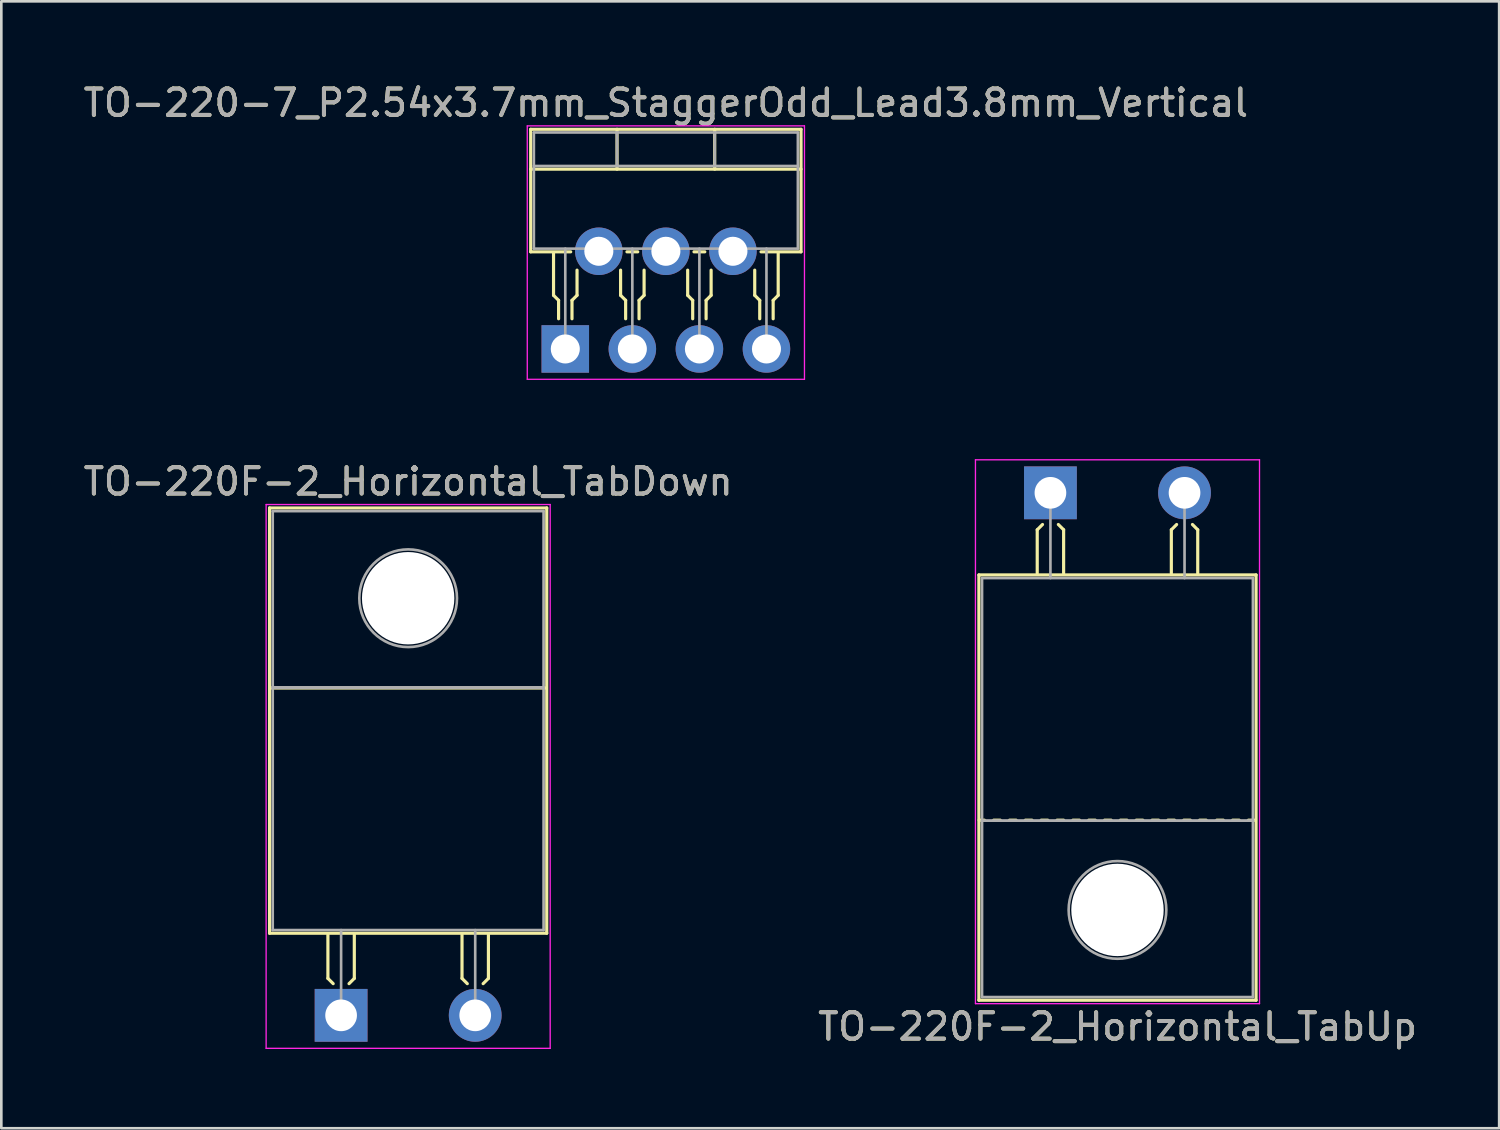
<source format=kicad_pcb>
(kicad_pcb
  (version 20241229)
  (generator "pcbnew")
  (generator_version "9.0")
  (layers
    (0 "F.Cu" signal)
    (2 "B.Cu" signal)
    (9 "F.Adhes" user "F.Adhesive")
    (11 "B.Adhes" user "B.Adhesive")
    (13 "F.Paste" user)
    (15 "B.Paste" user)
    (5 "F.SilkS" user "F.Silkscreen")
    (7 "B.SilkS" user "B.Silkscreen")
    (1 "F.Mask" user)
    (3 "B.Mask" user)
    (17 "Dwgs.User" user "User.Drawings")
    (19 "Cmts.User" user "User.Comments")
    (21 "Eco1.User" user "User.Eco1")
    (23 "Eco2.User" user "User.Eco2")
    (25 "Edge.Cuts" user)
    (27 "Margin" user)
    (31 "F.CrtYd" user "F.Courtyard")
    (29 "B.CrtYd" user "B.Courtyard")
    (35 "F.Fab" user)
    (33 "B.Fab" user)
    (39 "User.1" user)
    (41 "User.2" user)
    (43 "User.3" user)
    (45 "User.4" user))
  (footprint "TO-220-7_P2.54x3.7mm_StaggerOdd_Lead3.8mm_Vertical"
    (layer "F.Cu")
    (at 18.363 10.168)
    (property "Reference" "TO-220-7_P2.54x3.7mm_StaggerOdd_Lead3.8mm_Vertical" (at 3.81 -9.32 0) (layer "F.SilkS") (effects (font (size 1 1) (thickness 0.15))))
    (attr through_hole)
    (fp_line (start -1.31 -8.32) (end -1.31 -3.679) (stroke (width 0.12) (type solid)) (layer "F.SilkS"))
    (fp_line (start -1.31 -8.32) (end 8.93 -8.32) (stroke (width 0.12) (type solid)) (layer "F.SilkS"))
    (fp_line (start -1.31 -6.811) (end 8.93 -6.811) (stroke (width 0.12) (type solid)) (layer "F.SilkS"))
    (fp_line (start -1.31 -3.679) (end 0.205 -3.679) (stroke (width 0.12) (type solid)) (layer "F.SilkS"))
    (fp_line (start -0.445 -3.619) (end -0.445 -2.032) (stroke (width 0.12) (type solid)) (layer "F.SilkS"))
    (fp_line (start -0.445 -2.032) (end -0.254 -1.841) (stroke (width 0.12) (type solid)) (layer "F.SilkS"))
    (fp_line (start -0.254 -1.841) (end -0.254 -1.143) (stroke (width 0.12) (type solid)) (layer "F.SilkS"))
    (fp_line (start 0.254 -1.841) (end 0.445 -2.032) (stroke (width 0.12) (type solid)) (layer "F.SilkS"))
    (fp_line (start 0.254 -1.143) (end 0.254 -1.841) (stroke (width 0.12) (type solid)) (layer "F.SilkS"))
    (fp_line (start 0.445 -2.032) (end 0.445 -2.985) (stroke (width 0.12) (type solid)) (layer "F.SilkS"))
    (fp_line (start 1.96 -8.32) (end 1.96 -6.811) (stroke (width 0.12) (type solid)) (layer "F.SilkS"))
    (fp_line (start 2.095 -2.985) (end 2.095 -2.032) (stroke (width 0.12) (type solid)) (layer "F.SilkS"))
    (fp_line (start 2.095 -2.032) (end 2.286 -1.841) (stroke (width 0.12) (type solid)) (layer "F.SilkS"))
    (fp_line (start 2.286 -1.841) (end 2.286 -1.143) (stroke (width 0.12) (type solid)) (layer "F.SilkS"))
    (fp_line (start 2.336 -3.679) (end 2.745 -3.679) (stroke (width 0.12) (type solid)) (layer "F.SilkS"))
    (fp_line (start 2.794 -1.841) (end 2.985 -2.032) (stroke (width 0.12) (type solid)) (layer "F.SilkS"))
    (fp_line (start 2.794 -1.143) (end 2.794 -1.841) (stroke (width 0.12) (type solid)) (layer "F.SilkS"))
    (fp_line (start 2.985 -2.032) (end 2.985 -2.985) (stroke (width 0.12) (type solid)) (layer "F.SilkS"))
    (fp_line (start 4.636 -2.985) (end 4.636 -2.032) (stroke (width 0.12) (type solid)) (layer "F.SilkS"))
    (fp_line (start 4.636 -2.032) (end 4.826 -1.841) (stroke (width 0.12) (type solid)) (layer "F.SilkS"))
    (fp_line (start 4.826 -1.841) (end 4.826 -1.143) (stroke (width 0.12) (type solid)) (layer "F.SilkS"))
    (fp_line (start 4.875 -3.679) (end 5.285 -3.679) (stroke (width 0.12) (type solid)) (layer "F.SilkS"))
    (fp_line (start 5.334 -1.841) (end 5.524 -2.032) (stroke (width 0.12) (type solid)) (layer "F.SilkS"))
    (fp_line (start 5.334 -1.143) (end 5.334 -1.841) (stroke (width 0.12) (type solid)) (layer "F.SilkS"))
    (fp_line (start 5.524 -2.032) (end 5.524 -2.985) (stroke (width 0.12) (type solid)) (layer "F.SilkS"))
    (fp_line (start 5.66 -8.32) (end 5.66 -6.811) (stroke (width 0.12) (type solid)) (layer "F.SilkS"))
    (fp_line (start 7.176 -2.985) (end 7.176 -2.032) (stroke (width 0.12) (type solid)) (layer "F.SilkS"))
    (fp_line (start 7.176 -2.032) (end 7.366 -1.841) (stroke (width 0.12) (type solid)) (layer "F.SilkS"))
    (fp_line (start 7.366 -1.841) (end 7.366 -1.143) (stroke (width 0.12) (type solid)) (layer "F.SilkS"))
    (fp_line (start 7.415 -3.679) (end 8.93 -3.679) (stroke (width 0.12) (type solid)) (layer "F.SilkS"))
    (fp_line (start 7.874 -1.841) (end 8.065 -2.032) (stroke (width 0.12) (type solid)) (layer "F.SilkS"))
    (fp_line (start 7.874 -1.143) (end 7.874 -1.841) (stroke (width 0.12) (type solid)) (layer "F.SilkS"))
    (fp_line (start 8.065 -2.032) (end 8.065 -3.619) (stroke (width 0.12) (type solid)) (layer "F.SilkS"))
    (fp_line (start 8.93 -8.32) (end 8.93 -3.679) (stroke (width 0.12) (type solid)) (layer "F.SilkS"))
    (fp_line (start -1.44 -8.45) (end -1.44 1.15) (stroke (width 0.05) (type solid)) (layer "F.CrtYd"))
    (fp_line (start -1.44 1.15) (end 9.06 1.15) (stroke (width 0.05) (type solid)) (layer "F.CrtYd"))
    (fp_line (start 9.06 -8.45) (end -1.44 -8.45) (stroke (width 0.05) (type solid)) (layer "F.CrtYd"))
    (fp_line (start 9.06 1.15) (end 9.06 -8.45) (stroke (width 0.05) (type solid)) (layer "F.CrtYd"))
    (fp_line (start -1.19 -8.2) (end -1.19 -3.8) (stroke (width 0.1) (type solid)) (layer "F.Fab"))
    (fp_line (start -1.19 -6.93) (end 8.81 -6.93) (stroke (width 0.1) (type solid)) (layer "F.Fab"))
    (fp_line (start -1.19 -3.8) (end 8.81 -3.8) (stroke (width 0.1) (type solid)) (layer "F.Fab"))
    (fp_line (start 0 -3.8) (end 0 0) (stroke (width 0.1) (type solid)) (layer "F.Fab"))
    (fp_line (start 1.27 -3.8) (end 1.27 -3.7) (stroke (width 0.1) (type solid)) (layer "F.Fab"))
    (fp_line (start 1.96 -8.2) (end 1.96 -6.93) (stroke (width 0.1) (type solid)) (layer "F.Fab"))
    (fp_line (start 2.54 -3.8) (end 2.54 0) (stroke (width 0.1) (type solid)) (layer "F.Fab"))
    (fp_line (start 3.81 -3.8) (end 3.81 -3.7) (stroke (width 0.1) (type solid)) (layer "F.Fab"))
    (fp_line (start 5.08 -3.8) (end 5.08 0) (stroke (width 0.1) (type solid)) (layer "F.Fab"))
    (fp_line (start 5.66 -8.2) (end 5.66 -6.93) (stroke (width 0.1) (type solid)) (layer "F.Fab"))
    (fp_line (start 6.35 -3.8) (end 6.35 -3.7) (stroke (width 0.1) (type solid)) (layer "F.Fab"))
    (fp_line (start 7.62 -3.8) (end 7.62 0) (stroke (width 0.1) (type solid)) (layer "F.Fab"))
    (fp_line (start 8.81 -8.2) (end -1.19 -8.2) (stroke (width 0.1) (type solid)) (layer "F.Fab"))
    (fp_line (start 8.81 -3.8) (end 8.81 -8.2) (stroke (width 0.1) (type solid)) (layer "F.Fab"))
    (fp_text user "${REFERENCE}" (at 3.81 -9.32 0) (layer "F.Fab") (effects (font (size 1 1) (thickness 0.15))))
    (pad "1" thru_hole rect (at 0 0) (size 1.8 1.8) (drill 1.1) (layers "*.Cu" "*.Mask"))
    (pad "2" thru_hole oval (at 1.27 -3.7) (size 1.8 1.8) (drill 1.1) (layers "*.Cu" "*.Mask"))
    (pad "3" thru_hole oval (at 2.54 0) (size 1.8 1.8) (drill 1.1) (layers "*.Cu" "*.Mask"))
    (pad "4" thru_hole oval (at 3.81 -3.7) (size 1.8 1.8) (drill 1.1) (layers "*.Cu" "*.Mask"))
    (pad "5" thru_hole oval (at 5.08 0) (size 1.8 1.8) (drill 1.1) (layers "*.Cu" "*.Mask"))
    (pad "6" thru_hole oval (at 6.35 -3.7) (size 1.8 1.8) (drill 1.1) (layers "*.Cu" "*.Mask"))
    (pad "7" thru_hole oval (at 7.62 0) (size 1.8 1.8) (drill 1.1) (layers "*.Cu" "*.Mask")))
  (footprint "TO-220F-2_Horizontal_TabUp"
    (layer "F.Cu")
    (at 36.74 15.618)
    (property "Reference" "TO-220F-2_Horizontal_TabUp" (at 2.54 20.22 0) (layer "F.SilkS") (effects (font (size 1 1) (thickness 0.15))))
    (attr through_hole)
    (fp_line (start -2.71 19.22) (end -2.71 3.11) (stroke (width 0.12) (type solid)) (layer "F.SilkS"))
    (fp_line (start -2.5 12.4) (end -2.7 12.4) (stroke (width 0.12) (type solid)) (layer "F.SilkS"))
    (fp_line (start -1.9 12.4) (end -2.15 12.4) (stroke (width 0.12) (type solid)) (layer "F.SilkS"))
    (fp_line (start -1.3 12.4) (end -1.55 12.4) (stroke (width 0.12) (type solid)) (layer "F.SilkS"))
    (fp_line (start -0.7 12.4) (end -0.95 12.4) (stroke (width 0.12) (type solid)) (layer "F.SilkS"))
    (fp_line (start -0.5 1.4) (end -0.3 1.2) (stroke (width 0.12) (type solid)) (layer "F.SilkS"))
    (fp_line (start -0.5 3.048) (end -0.5 1.4) (stroke (width 0.12) (type solid)) (layer "F.SilkS"))
    (fp_line (start -0.1 12.4) (end -0.35 12.4) (stroke (width 0.12) (type solid)) (layer "F.SilkS"))
    (fp_line (start 0.5 1.4) (end 0.3 1.2) (stroke (width 0.12) (type solid)) (layer "F.SilkS"))
    (fp_line (start 0.5 3.048) (end 0.5 1.4) (stroke (width 0.12) (type solid)) (layer "F.SilkS"))
    (fp_line (start 0.5 12.4) (end 0.25 12.4) (stroke (width 0.12) (type solid)) (layer "F.SilkS"))
    (fp_line (start 1.1 12.4) (end 0.85 12.4) (stroke (width 0.12) (type solid)) (layer "F.SilkS"))
    (fp_line (start 1.7 12.4) (end 1.45 12.4) (stroke (width 0.12) (type solid)) (layer "F.SilkS"))
    (fp_line (start 2.3 12.4) (end 2.05 12.4) (stroke (width 0.12) (type solid)) (layer "F.SilkS"))
    (fp_line (start 2.9 12.4) (end 2.65 12.4) (stroke (width 0.12) (type solid)) (layer "F.SilkS"))
    (fp_line (start 3.5 12.4) (end 3.25 12.4) (stroke (width 0.12) (type solid)) (layer "F.SilkS"))
    (fp_line (start 4.1 12.4) (end 3.85 12.4) (stroke (width 0.12) (type solid)) (layer "F.SilkS"))
    (fp_line (start 4.58 1.4) (end 4.78 1.2) (stroke (width 0.12) (type solid)) (layer "F.SilkS"))
    (fp_line (start 4.58 3.048) (end 4.58 1.4) (stroke (width 0.12) (type solid)) (layer "F.SilkS"))
    (fp_line (start 4.7 12.4) (end 4.45 12.4) (stroke (width 0.12) (type solid)) (layer "F.SilkS"))
    (fp_line (start 5.3 12.4) (end 5.05 12.4) (stroke (width 0.12) (type solid)) (layer "F.SilkS"))
    (fp_line (start 5.58 1.4) (end 5.38 1.2) (stroke (width 0.12) (type solid)) (layer "F.SilkS"))
    (fp_line (start 5.58 3.048) (end 5.58 1.4) (stroke (width 0.12) (type solid)) (layer "F.SilkS"))
    (fp_line (start 5.9 12.4) (end 5.65 12.4) (stroke (width 0.12) (type solid)) (layer "F.SilkS"))
    (fp_line (start 6.55 12.4) (end 6.3 12.4) (stroke (width 0.12) (type solid)) (layer "F.SilkS"))
    (fp_line (start 7.15 12.4) (end 6.9 12.4) (stroke (width 0.12) (type solid)) (layer "F.SilkS"))
    (fp_line (start 7.75 12.4) (end 7.5 12.4) (stroke (width 0.12) (type solid)) (layer "F.SilkS"))
    (fp_line (start 7.79 3.11) (end -2.71 3.11) (stroke (width 0.12) (type solid)) (layer "F.SilkS"))
    (fp_line (start 7.79 19.22) (end -2.71 19.22) (stroke (width 0.12) (type solid)) (layer "F.SilkS"))
    (fp_line (start 7.79 19.22) (end 7.79 3.11) (stroke (width 0.12) (type solid)) (layer "F.SilkS"))
    (fp_line (start -2.84 -1.25) (end -2.84 19.35) (stroke (width 0.05) (type solid)) (layer "F.CrtYd"))
    (fp_line (start -2.84 19.35) (end 7.92 19.35) (stroke (width 0.05) (type solid)) (layer "F.CrtYd"))
    (fp_line (start 7.92 -1.25) (end -2.84 -1.25) (stroke (width 0.05) (type solid)) (layer "F.CrtYd"))
    (fp_line (start 7.92 19.35) (end 7.92 -1.25) (stroke (width 0.05) (type solid)) (layer "F.CrtYd"))
    (fp_line (start -2.59 3.23) (end -2.59 12.42) (stroke (width 0.1) (type solid)) (layer "F.Fab"))
    (fp_line (start -2.59 12.42) (end -2.59 19.1) (stroke (width 0.1) (type solid)) (layer "F.Fab"))
    (fp_line (start -2.59 12.42) (end 7.67 12.42) (stroke (width 0.1) (type solid)) (layer "F.Fab"))
    (fp_line (start -2.59 19.1) (end 7.67 19.1) (stroke (width 0.1) (type solid)) (layer "F.Fab"))
    (fp_line (start 0 3.23) (end 0 0) (stroke (width 0.1) (type solid)) (layer "F.Fab"))
    (fp_line (start 5.08 3.23) (end 5.08 0) (stroke (width 0.1) (type solid)) (layer "F.Fab"))
    (fp_line (start 7.67 3.23) (end -2.59 3.23) (stroke (width 0.1) (type solid)) (layer "F.Fab"))
    (fp_line (start 7.67 12.42) (end -2.59 12.42) (stroke (width 0.1) (type solid)) (layer "F.Fab"))
    (fp_line (start 7.67 12.42) (end 7.67 3.23) (stroke (width 0.1) (type solid)) (layer "F.Fab"))
    (fp_line (start 7.67 19.1) (end 7.67 12.42) (stroke (width 0.1) (type solid)) (layer "F.Fab"))
    (fp_circle (center 2.54 15.8) (end 4.39 15.8) (stroke (width 0.1) (type solid)) (fill no) (layer "F.Fab"))
    (fp_text user "${REFERENCE}" (at 2.54 20.22 0) (layer "F.Fab") (effects (font (size 1 1) (thickness 0.15))))
    (pad "" np_thru_hole oval (at 2.54 15.8) (size 3.5 3.5) (drill 3.5) (layers "*.Cu" "*.Mask"))
    (pad "1" thru_hole rect (at 0 0) (size 2 2) (drill 1.2) (layers "*.Cu" "*.Mask"))
    (pad "2" thru_hole oval (at 5.08 0) (size 2 2) (drill 1.2) (layers "*.Cu" "*.Mask")))
  (footprint "TO-220F-2_Horizontal_TabDown"
    (layer "F.Cu")
    (at 9.871 35.411)
    (property "Reference" "TO-220F-2_Horizontal_TabDown" (at 2.54 -20.22 0) (layer "F.SilkS") (effects (font (size 1 1) (thickness 0.15))))
    (attr through_hole)
    (fp_line (start -2.71 -19.22) (end -2.71 -3.11) (stroke (width 0.12) (type solid)) (layer "F.SilkS"))
    (fp_line (start -2.71 -19.22) (end 7.79 -19.22) (stroke (width 0.12) (type solid)) (layer "F.SilkS"))
    (fp_line (start -2.71 -3.11) (end 7.79 -3.11) (stroke (width 0.12) (type solid)) (layer "F.SilkS"))
    (fp_line (start -2.7 -12.4) (end 7.75 -12.4) (stroke (width 0.12) (type solid)) (layer "F.SilkS"))
    (fp_line (start -0.5 -3.048) (end -0.5 -1.4) (stroke (width 0.12) (type solid)) (layer "F.SilkS"))
    (fp_line (start -0.5 -1.4) (end -0.3 -1.2) (stroke (width 0.12) (type solid)) (layer "F.SilkS"))
    (fp_line (start 0.5 -3.048) (end 0.5 -1.4) (stroke (width 0.12) (type solid)) (layer "F.SilkS"))
    (fp_line (start 0.5 -1.4) (end 0.3 -1.2) (stroke (width 0.12) (type solid)) (layer "F.SilkS"))
    (fp_line (start 4.58 -3.048) (end 4.58 -1.4) (stroke (width 0.12) (type solid)) (layer "F.SilkS"))
    (fp_line (start 4.58 -1.4) (end 4.78 -1.2) (stroke (width 0.12) (type solid)) (layer "F.SilkS"))
    (fp_line (start 5.58 -3.048) (end 5.58 -1.4) (stroke (width 0.12) (type solid)) (layer "F.SilkS"))
    (fp_line (start 5.58 -1.4) (end 5.38 -1.2) (stroke (width 0.12) (type solid)) (layer "F.SilkS"))
    (fp_line (start 7.79 -19.22) (end 7.79 -3.11) (stroke (width 0.12) (type solid)) (layer "F.SilkS"))
    (fp_line (start -2.84 -19.35) (end -2.84 1.25) (stroke (width 0.05) (type solid)) (layer "F.CrtYd"))
    (fp_line (start -2.84 1.25) (end 7.92 1.25) (stroke (width 0.05) (type solid)) (layer "F.CrtYd"))
    (fp_line (start 7.92 -19.35) (end -2.84 -19.35) (stroke (width 0.05) (type solid)) (layer "F.CrtYd"))
    (fp_line (start 7.92 1.25) (end 7.92 -19.35) (stroke (width 0.05) (type solid)) (layer "F.CrtYd"))
    (fp_line (start -2.59 -19.1) (end 7.67 -19.1) (stroke (width 0.1) (type solid)) (layer "F.Fab"))
    (fp_line (start -2.59 -12.42) (end -2.59 -19.1) (stroke (width 0.1) (type solid)) (layer "F.Fab"))
    (fp_line (start -2.59 -12.42) (end 7.67 -12.42) (stroke (width 0.1) (type solid)) (layer "F.Fab"))
    (fp_line (start -2.59 -3.23) (end -2.59 -12.42) (stroke (width 0.1) (type solid)) (layer "F.Fab"))
    (fp_line (start 0 -3.23) (end 0 0) (stroke (width 0.1) (type solid)) (layer "F.Fab"))
    (fp_line (start 5.08 -3.23) (end 5.08 0) (stroke (width 0.1) (type solid)) (layer "F.Fab"))
    (fp_line (start 7.67 -19.1) (end 7.67 -12.42) (stroke (width 0.1) (type solid)) (layer "F.Fab"))
    (fp_line (start 7.67 -12.42) (end -2.59 -12.42) (stroke (width 0.1) (type solid)) (layer "F.Fab"))
    (fp_line (start 7.67 -12.42) (end 7.67 -3.23) (stroke (width 0.1) (type solid)) (layer "F.Fab"))
    (fp_line (start 7.67 -3.23) (end -2.59 -3.23) (stroke (width 0.1) (type solid)) (layer "F.Fab"))
    (fp_circle (center 2.54 -15.8) (end 4.39 -15.8) (stroke (width 0.1) (type solid)) (fill no) (layer "F.Fab"))
    (fp_text user "${REFERENCE}" (at 2.54 -20.22 0) (layer "F.Fab") (effects (font (size 1 1) (thickness 0.15))))
    (pad "" np_thru_hole oval (at 2.54 -15.8) (size 3.5 3.5) (drill 3.5) (layers "*.Cu" "*.Mask"))
    (pad "1" thru_hole rect (at 0 0) (size 2 2) (drill 1.2) (layers "*.Cu" "*.Mask"))
    (pad "2" thru_hole oval (at 5.08 0) (size 2 2) (drill 1.2) (layers "*.Cu" "*.Mask")))
  (gr_rect
    (start -3 -3)
    (end 53.738 39.687)
    (stroke (width 0.1) (type default))
    (fill no)
    (layer "Edge.Cuts")))
</source>
